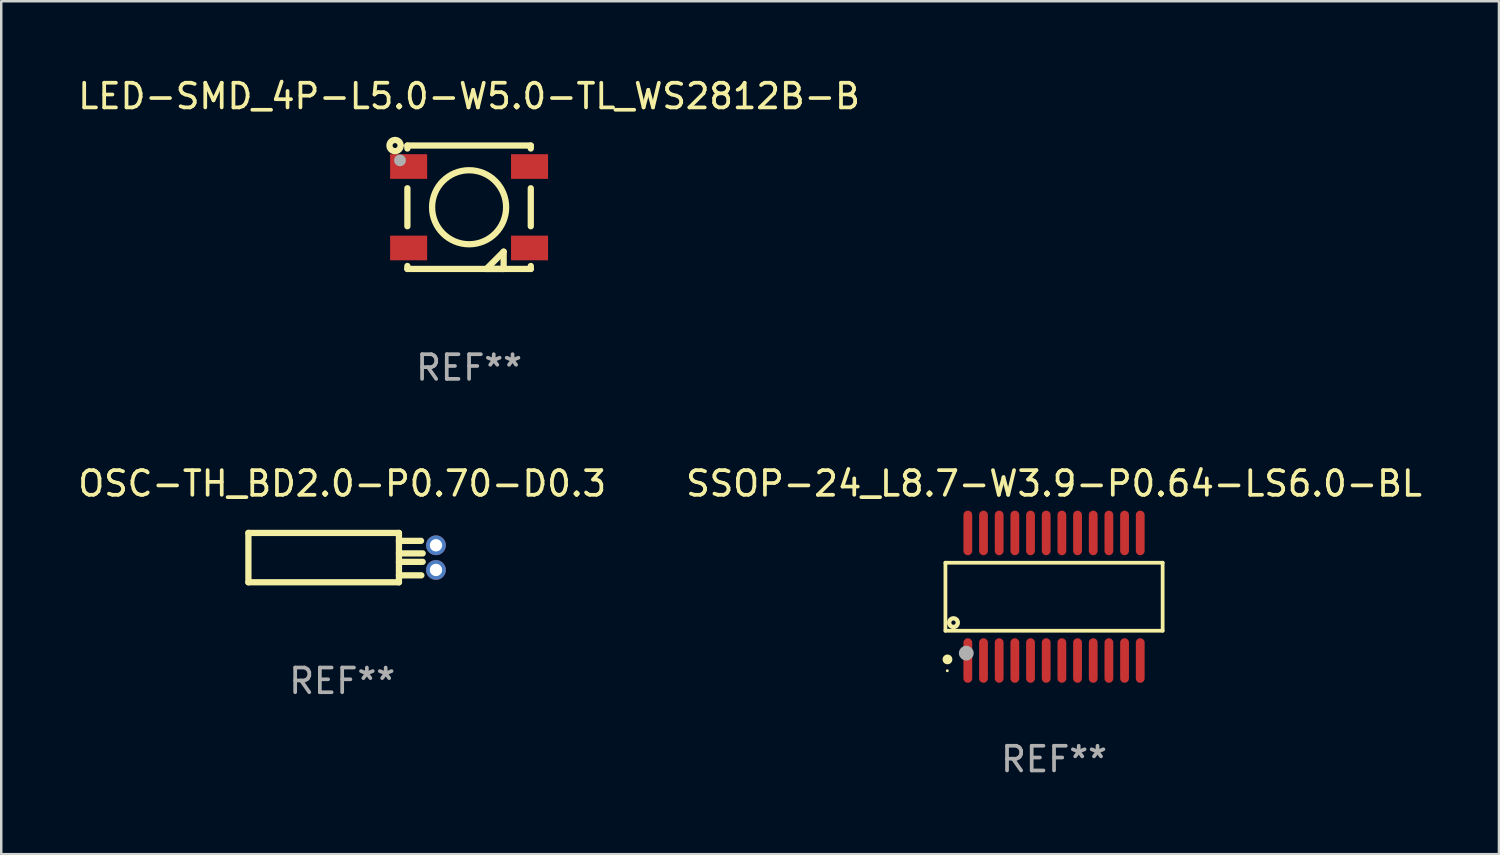
<source format=kicad_pcb>
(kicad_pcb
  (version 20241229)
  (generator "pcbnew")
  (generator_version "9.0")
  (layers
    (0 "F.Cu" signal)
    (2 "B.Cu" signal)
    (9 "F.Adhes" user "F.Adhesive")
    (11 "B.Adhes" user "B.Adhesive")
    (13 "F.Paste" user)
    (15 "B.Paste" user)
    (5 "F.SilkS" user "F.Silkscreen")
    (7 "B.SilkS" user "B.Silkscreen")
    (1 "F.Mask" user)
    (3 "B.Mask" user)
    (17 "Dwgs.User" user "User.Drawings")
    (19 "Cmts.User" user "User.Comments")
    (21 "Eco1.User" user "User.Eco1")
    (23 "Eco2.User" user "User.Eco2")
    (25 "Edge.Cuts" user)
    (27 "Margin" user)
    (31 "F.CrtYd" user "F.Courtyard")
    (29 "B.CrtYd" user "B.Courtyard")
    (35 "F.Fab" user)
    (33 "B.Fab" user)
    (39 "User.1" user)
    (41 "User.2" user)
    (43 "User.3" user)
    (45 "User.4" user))
  (footprint "LED-SMD_4P-L5.0-W5.0-TL_WS2812B-B"
    (layer "F.Cu")
    (at 15.958 5.348)
    (property "Reference" "LED-SMD_4P-L5.0-W5.0-TL_WS2812B-B" (at -0.000051 -4.5 0) (layer "F.SilkS") (effects (font (size 1 1) (thickness 0.15))))
    (attr smd)
    (fp_line (start -2.5 -2.5) (end 2.5 -2.5) (stroke (width 0.254) (type solid)) (layer "F.SilkS"))
    (fp_line (start -2.5 -2.38) (end -2.5 -2.5) (stroke (width 0.254) (type solid)) (layer "F.SilkS"))
    (fp_line (start -2.5 0.77) (end -2.5 -0.77) (stroke (width 0.254) (type solid)) (layer "F.SilkS"))
    (fp_line (start -2.5 2.5) (end -2.5 2.38) (stroke (width 0.254) (type solid)) (layer "F.SilkS"))
    (fp_line (start 0.7 2.5) (end 1.4 1.8) (stroke (width 0.254) (type solid)) (layer "F.SilkS"))
    (fp_line (start 1.4 1.8) (end 1.4 2.5) (stroke (width 0.254) (type solid)) (layer "F.SilkS"))
    (fp_line (start 1.4 2.5) (end 0.7 2.5) (stroke (width 0.254) (type solid)) (layer "F.SilkS"))
    (fp_line (start 1.4 2.5) (end 1.4 2.5) (stroke (width 0.254) (type solid)) (layer "F.SilkS"))
    (fp_line (start 2.5 -2.5) (end 2.5 -2.38) (stroke (width 0.254) (type solid)) (layer "F.SilkS"))
    (fp_line (start 2.5 -0.77) (end 2.5 0.77) (stroke (width 0.254) (type solid)) (layer "F.SilkS"))
    (fp_line (start 2.5 2.38) (end 2.5 2.5) (stroke (width 0.254) (type solid)) (layer "F.SilkS"))
    (fp_line (start 2.5 2.5) (end -2.5 2.5) (stroke (width 0.254) (type solid)) (layer "F.SilkS"))
    (fp_circle (center -3 -2.5) (end -2.9 -2.5) (stroke (width 0.254) (type solid)) (fill no) (layer "F.SilkS"))
    (fp_circle (center -2.704 -2.5) (end -2.674 -2.5) (stroke (width 0.06) (type solid)) (fill no) (layer "F.SilkS"))
    (fp_circle (center 0.001 0) (end 1.501 0) (stroke (width 0.254) (type solid)) (fill no) (layer "F.SilkS"))
    (fp_circle (center -2.8 -1.9) (end -2.68 -1.9) (stroke (width 0.24) (type solid)) (fill no) (layer "F.Fab"))
    (fp_text user "REF**" (at -0.000051 6.5 0) (layer "F.Fab") (effects (font (size 1 1) (thickness 0.15))))
    (pad "1" smd rect (at -2.45 -1.65 180) (size 1.5 1) (layers "F.Cu" "F.Mask" "F.Paste"))
    (pad "2" smd rect (at -2.45 1.65 180) (size 1.5 1) (layers "F.Cu" "F.Mask" "F.Paste"))
    (pad "3" smd rect (at 2.45 1.65 180) (size 1.5 1) (layers "F.Cu" "F.Mask" "F.Paste"))
    (pad "4" smd rect (at 2.45 -1.65 180) (size 1.5 1) (layers "F.Cu" "F.Mask" "F.Paste")))
  (footprint "SSOP-24_L8.7-W3.9-P0.64-LS6.0-BL"
    (layer "F.Cu")
    (at 39.661 21.13)
    (property "Reference" "SSOP-24_L8.7-W3.9-P0.64-LS6.0-BL" (at 0 -4.585 0) (layer "F.SilkS") (effects (font (size 1 1) (thickness 0.15))))
    (attr smd)
    (fp_line (start -4.401 -1.378) (end 4.401 -1.378) (stroke (width 0.152) (type solid)) (layer "F.SilkS"))
    (fp_line (start -4.401 1.378) (end -4.401 -1.378) (stroke (width 0.152) (type solid)) (layer "F.SilkS"))
    (fp_line (start 4.401 -1.378) (end 4.401 1.378) (stroke (width 0.152) (type solid)) (layer "F.SilkS"))
    (fp_line (start 4.401 1.378) (end -4.401 1.378) (stroke (width 0.152) (type solid)) (layer "F.SilkS"))
    (fp_circle (center -4.325 3) (end -4.295 3) (stroke (width 0.06) (type solid)) (fill no) (layer "F.SilkS"))
    (fp_circle (center -4.318 2.54) (end -4.218 2.54) (stroke (width 0.2) (type solid)) (fill no) (layer "F.SilkS"))
    (fp_circle (center -4.074 1.05) (end -3.987 1.05) (stroke (width 0.175) (type solid)) (fill no) (layer "F.SilkS"))
    (fp_circle (center -3.556 2.286) (end -3.406 2.286) (stroke (width 0.3) (type solid)) (fill no) (layer "F.Fab"))
    (fp_text user "REF**" (at 0 6.585 0) (layer "F.Fab") (effects (font (size 1 1) (thickness 0.15))))
    (pad "1" smd oval (at -3.493 2.585) (size 0.356 1.805) (layers "F.Cu" "F.Mask" "F.Paste"))
    (pad "2" smd oval (at -2.858 2.585) (size 0.356 1.805) (layers "F.Cu" "F.Mask" "F.Paste"))
    (pad "3" smd oval (at -2.223 2.585) (size 0.356 1.805) (layers "F.Cu" "F.Mask" "F.Paste"))
    (pad "4" smd oval (at -1.588 2.585) (size 0.356 1.805) (layers "F.Cu" "F.Mask" "F.Paste"))
    (pad "5" smd oval (at -0.953 2.585) (size 0.356 1.805) (layers "F.Cu" "F.Mask" "F.Paste"))
    (pad "6" smd oval (at -0.318 2.585) (size 0.356 1.805) (layers "F.Cu" "F.Mask" "F.Paste"))
    (pad "7" smd oval (at 0.318 2.585) (size 0.356 1.805) (layers "F.Cu" "F.Mask" "F.Paste"))
    (pad "8" smd oval (at 0.953 2.585) (size 0.356 1.805) (layers "F.Cu" "F.Mask" "F.Paste"))
    (pad "9" smd oval (at 1.588 2.585) (size 0.356 1.805) (layers "F.Cu" "F.Mask" "F.Paste"))
    (pad "10" smd oval (at 2.223 2.585) (size 0.356 1.805) (layers "F.Cu" "F.Mask" "F.Paste"))
    (pad "11" smd oval (at 2.858 2.585) (size 0.356 1.805) (layers "F.Cu" "F.Mask" "F.Paste"))
    (pad "12" smd oval (at 3.493 2.585) (size 0.356 1.805) (layers "F.Cu" "F.Mask" "F.Paste"))
    (pad "13" smd oval (at 3.493 -2.585) (size 0.356 1.805) (layers "F.Cu" "F.Mask" "F.Paste"))
    (pad "14" smd oval (at 2.858 -2.585) (size 0.356 1.805) (layers "F.Cu" "F.Mask" "F.Paste"))
    (pad "15" smd oval (at 2.223 -2.585) (size 0.356 1.805) (layers "F.Cu" "F.Mask" "F.Paste"))
    (pad "16" smd oval (at 1.588 -2.585) (size 0.356 1.805) (layers "F.Cu" "F.Mask" "F.Paste"))
    (pad "17" smd oval (at 0.953 -2.585) (size 0.356 1.805) (layers "F.Cu" "F.Mask" "F.Paste"))
    (pad "18" smd oval (at 0.318 -2.585) (size 0.356 1.805) (layers "F.Cu" "F.Mask" "F.Paste"))
    (pad "19" smd oval (at -0.318 -2.585) (size 0.356 1.805) (layers "F.Cu" "F.Mask" "F.Paste"))
    (pad "20" smd oval (at -0.953 -2.585) (size 0.356 1.805) (layers "F.Cu" "F.Mask" "F.Paste"))
    (pad "21" smd oval (at -1.588 -2.585) (size 0.356 1.805) (layers "F.Cu" "F.Mask" "F.Paste"))
    (pad "22" smd oval (at -2.223 -2.585) (size 0.356 1.805) (layers "F.Cu" "F.Mask" "F.Paste"))
    (pad "23" smd oval (at -2.858 -2.585) (size 0.356 1.805) (layers "F.Cu" "F.Mask" "F.Paste"))
    (pad "24" smd oval (at -3.493 -2.585) (size 0.356 1.805) (layers "F.Cu" "F.Mask" "F.Paste")))
  (footprint "OSC-TH_BD2.0-P0.70-D0.3"
    (layer "F.Cu")
    (at 14.616 19.545)
    (property "Reference" "OSC-TH_BD2.0-P0.70-D0.3" (at -3.8 -3 0) (layer "F.SilkS") (effects (font (size 1 1) (thickness 0.15))))
    (attr through_hole)
    (fp_line (start -7.6 1) (end -7.6 -1) (stroke (width 0.254) (type solid)) (layer "F.SilkS"))
    (fp_line (start -1.5 -1) (end -7.6 -1) (stroke (width 0.254) (type solid)) (layer "F.SilkS"))
    (fp_line (start -1.5 -1) (end -1.5 1) (stroke (width 0.254) (type solid)) (layer "F.SilkS"))
    (fp_line (start -1.5 -0.679) (end -0.605 -0.679) (stroke (width 0.254) (type solid)) (layer "F.SilkS"))
    (fp_line (start -1.5 -0.171) (end -0.538 -0.171) (stroke (width 0.254) (type solid)) (layer "F.SilkS"))
    (fp_line (start -1.5 0.172) (end -0.539 0.172) (stroke (width 0.254) (type solid)) (layer "F.SilkS"))
    (fp_line (start -1.5 0.718) (end -0.592 0.718) (stroke (width 0.254) (type solid)) (layer "F.SilkS"))
    (fp_line (start -1.5 1) (end -7.6 1) (stroke (width 0.254) (type solid)) (layer "F.SilkS"))
    (fp_circle (center -7.6 -1) (end -7.57 -1) (stroke (width 0.06) (type solid)) (fill no) (layer "F.SilkS"))
    (fp_text user "REF**" (at -3.8 5 0) (layer "F.Fab") (effects (font (size 1 1) (thickness 0.15))))
    (pad "1" thru_hole circle (at 0 -0.5 270) (size 0.8 0.8) (drill 0.5) (layers "*.Cu" "*.Mask"))
    (pad "2" thru_hole circle (at 0 0.5 270) (size 0.8 0.8) (drill 0.5) (layers "*.Cu" "*.Mask")))
  (gr_rect
    (start -3 -3)
    (end 57.69 31.563)
    (stroke (width 0.1) (type default))
    (fill no)
    (layer "Edge.Cuts")))
</source>
